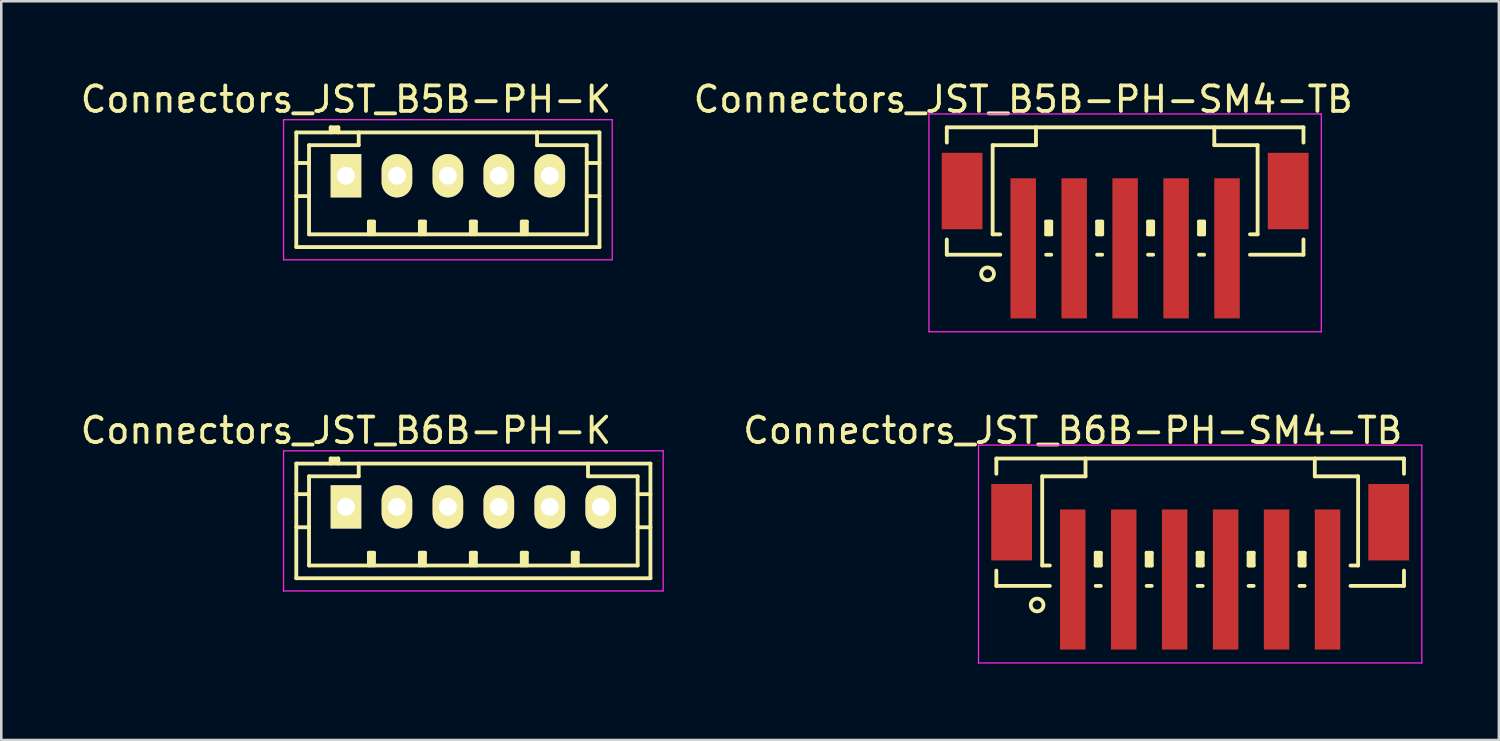
<source format=kicad_pcb>
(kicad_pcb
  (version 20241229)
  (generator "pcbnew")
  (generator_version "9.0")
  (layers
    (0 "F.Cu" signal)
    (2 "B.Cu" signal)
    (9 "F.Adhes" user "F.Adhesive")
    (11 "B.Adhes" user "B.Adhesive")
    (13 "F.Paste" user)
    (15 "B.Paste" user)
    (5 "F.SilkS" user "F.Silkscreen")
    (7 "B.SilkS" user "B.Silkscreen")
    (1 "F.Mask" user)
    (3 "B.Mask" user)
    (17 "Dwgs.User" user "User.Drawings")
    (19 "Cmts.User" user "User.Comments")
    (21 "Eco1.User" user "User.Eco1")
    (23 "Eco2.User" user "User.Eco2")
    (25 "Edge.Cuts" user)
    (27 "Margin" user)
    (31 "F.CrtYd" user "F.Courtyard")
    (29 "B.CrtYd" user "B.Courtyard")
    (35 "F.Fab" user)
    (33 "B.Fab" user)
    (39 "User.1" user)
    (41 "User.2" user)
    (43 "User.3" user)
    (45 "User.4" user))
  (footprint "Connectors_JST_B5B-PH-SM4-TB"
    (layer "F.Cu")
    (at 41.113 5.573)
    (property "Reference" "Connectors_JST_B5B-PH-SM4-TB" (at -4 -4.725 0) (layer "F.SilkS") (effects (font (size 1 1) (thickness 0.15))))
    (attr smd)
    (fp_line (start -7 -3.625) (end 7 -3.625) (stroke (width 0.15) (type solid)) (layer "F.SilkS"))
    (fp_line (start -7 -3.025) (end -7 -3.625) (stroke (width 0.15) (type solid)) (layer "F.SilkS"))
    (fp_line (start -7 0.775) (end -7 1.375) (stroke (width 0.15) (type solid)) (layer "F.SilkS"))
    (fp_line (start -7 1.375) (end -4.9 1.375) (stroke (width 0.15) (type solid)) (layer "F.SilkS"))
    (fp_line (start -5.2 -2.925) (end -5.2 0.575) (stroke (width 0.15) (type solid)) (layer "F.SilkS"))
    (fp_line (start -5.2 0.575) (end -4.9 0.575) (stroke (width 0.15) (type solid)) (layer "F.SilkS"))
    (fp_line (start -3.5 -3.625) (end -3.5 -2.925) (stroke (width 0.15) (type solid)) (layer "F.SilkS"))
    (fp_line (start -3.5 -2.925) (end -5.2 -2.925) (stroke (width 0.15) (type solid)) (layer "F.SilkS"))
    (fp_line (start -3.1 0.075) (end -2.9 0.075) (stroke (width 0.15) (type solid)) (layer "F.SilkS"))
    (fp_line (start -3.1 0.575) (end -3.1 0.075) (stroke (width 0.15) (type solid)) (layer "F.SilkS"))
    (fp_line (start -3.1 0.575) (end -2.9 0.575) (stroke (width 0.15) (type solid)) (layer "F.SilkS"))
    (fp_line (start -3.1 1.375) (end -2.9 1.375) (stroke (width 0.15) (type solid)) (layer "F.SilkS"))
    (fp_line (start -3 0.575) (end -3 0.075) (stroke (width 0.15) (type solid)) (layer "F.SilkS"))
    (fp_line (start -2.9 0.075) (end -2.9 0.575) (stroke (width 0.15) (type solid)) (layer "F.SilkS"))
    (fp_line (start -1.1 0.075) (end -0.9 0.075) (stroke (width 0.15) (type solid)) (layer "F.SilkS"))
    (fp_line (start -1.1 0.575) (end -1.1 0.075) (stroke (width 0.15) (type solid)) (layer "F.SilkS"))
    (fp_line (start -1.1 0.575) (end -0.9 0.575) (stroke (width 0.15) (type solid)) (layer "F.SilkS"))
    (fp_line (start -1.1 1.375) (end -0.9 1.375) (stroke (width 0.15) (type solid)) (layer "F.SilkS"))
    (fp_line (start -1 0.575) (end -1 0.075) (stroke (width 0.15) (type solid)) (layer "F.SilkS"))
    (fp_line (start -0.9 0.075) (end -0.9 0.575) (stroke (width 0.15) (type solid)) (layer "F.SilkS"))
    (fp_line (start 0.9 0.075) (end 1.1 0.075) (stroke (width 0.15) (type solid)) (layer "F.SilkS"))
    (fp_line (start 0.9 0.575) (end 0.9 0.075) (stroke (width 0.15) (type solid)) (layer "F.SilkS"))
    (fp_line (start 0.9 0.575) (end 1.1 0.575) (stroke (width 0.15) (type solid)) (layer "F.SilkS"))
    (fp_line (start 0.9 1.375) (end 1.1 1.375) (stroke (width 0.15) (type solid)) (layer "F.SilkS"))
    (fp_line (start 1 0.575) (end 1 0.075) (stroke (width 0.15) (type solid)) (layer "F.SilkS"))
    (fp_line (start 1.1 0.075) (end 1.1 0.575) (stroke (width 0.15) (type solid)) (layer "F.SilkS"))
    (fp_line (start 2.9 0.075) (end 3.1 0.075) (stroke (width 0.15) (type solid)) (layer "F.SilkS"))
    (fp_line (start 2.9 0.575) (end 2.9 0.075) (stroke (width 0.15) (type solid)) (layer "F.SilkS"))
    (fp_line (start 2.9 0.575) (end 3.1 0.575) (stroke (width 0.15) (type solid)) (layer "F.SilkS"))
    (fp_line (start 2.9 1.375) (end 3.1 1.375) (stroke (width 0.15) (type solid)) (layer "F.SilkS"))
    (fp_line (start 3 0.575) (end 3 0.075) (stroke (width 0.15) (type solid)) (layer "F.SilkS"))
    (fp_line (start 3.1 0.075) (end 3.1 0.575) (stroke (width 0.15) (type solid)) (layer "F.SilkS"))
    (fp_line (start 3.5 -3.625) (end 3.5 -2.925) (stroke (width 0.15) (type solid)) (layer "F.SilkS"))
    (fp_line (start 3.5 -2.925) (end 5.2 -2.925) (stroke (width 0.15) (type solid)) (layer "F.SilkS"))
    (fp_line (start 5.2 -2.925) (end 5.2 0.575) (stroke (width 0.15) (type solid)) (layer "F.SilkS"))
    (fp_line (start 5.2 0.575) (end 4.9 0.575) (stroke (width 0.15) (type solid)) (layer "F.SilkS"))
    (fp_line (start 7 -3.625) (end 7 -3.025) (stroke (width 0.15) (type solid)) (layer "F.SilkS"))
    (fp_line (start 7 0.775) (end 7 1.375) (stroke (width 0.15) (type solid)) (layer "F.SilkS"))
    (fp_line (start 7 1.375) (end 4.9 1.375) (stroke (width 0.15) (type solid)) (layer "F.SilkS"))
    (fp_circle (center -5.4 2.125) (end -5.15 2.125) (stroke (width 0.15) (type solid)) (fill no) (layer "F.SilkS"))
    (fp_line (start -7.7 -4.15) (end 7.7 -4.15) (stroke (width 0.05) (type solid)) (layer "F.CrtYd"))
    (fp_line (start -7.7 4.4) (end -7.7 -4.15) (stroke (width 0.05) (type solid)) (layer "F.CrtYd"))
    (fp_line (start 7.7 -4.15) (end 7.7 4.4) (stroke (width 0.05) (type solid)) (layer "F.CrtYd"))
    (fp_line (start 7.7 4.4) (end -7.7 4.4) (stroke (width 0.05) (type solid)) (layer "F.CrtYd"))
    (pad "" smd rect (at -6.4 -1.125) (size 1.6 3) (layers "F.Cu" "F.Mask" "F.Paste"))
    (pad "" smd rect (at 6.4 -1.125) (size 1.6 3) (layers "F.Cu" "F.Mask" "F.Paste"))
    (pad "1" smd rect (at -4 1.125) (size 1 5.5) (layers "F.Cu" "F.Mask" "F.Paste"))
    (pad "2" smd rect (at -2 1.125) (size 1 5.5) (layers "F.Cu" "F.Mask" "F.Paste"))
    (pad "3" smd rect (at 0 1.125) (size 1 5.5) (layers "F.Cu" "F.Mask" "F.Paste"))
    (pad "4" smd rect (at 2 1.125) (size 1 5.5) (layers "F.Cu" "F.Mask" "F.Paste"))
    (pad "5" smd rect (at 4 1.125) (size 1 5.5) (layers "F.Cu" "F.Mask" "F.Paste")))
  (footprint "Connectors_JST_B6B-PH-K"
    (layer "F.Cu")
    (at 10.53 16.846)
    (property "Reference" "Connectors_JST_B6B-PH-K" (at 0 -3 0) (layer "F.SilkS") (effects (font (size 1 1) (thickness 0.15))))
    (attr through_hole)
    (fp_line (start -1.95 -1.7) (end 11.95 -1.7) (stroke (width 0.15) (type solid)) (layer "F.SilkS"))
    (fp_line (start -1.95 -0.5) (end -1.45 -0.5) (stroke (width 0.15) (type solid)) (layer "F.SilkS"))
    (fp_line (start -1.95 0.8) (end -1.45 0.8) (stroke (width 0.15) (type solid)) (layer "F.SilkS"))
    (fp_line (start -1.95 2.8) (end -1.95 -1.7) (stroke (width 0.15) (type solid)) (layer "F.SilkS"))
    (fp_line (start -1.45 -1.2) (end -1.45 2.3) (stroke (width 0.15) (type solid)) (layer "F.SilkS"))
    (fp_line (start -1.45 2.3) (end 11.45 2.3) (stroke (width 0.15) (type solid)) (layer "F.SilkS"))
    (fp_line (start -0.6 -1.9) (end -0.6 -1.7) (stroke (width 0.15) (type solid)) (layer "F.SilkS"))
    (fp_line (start -0.3 -1.9) (end -0.6 -1.9) (stroke (width 0.15) (type solid)) (layer "F.SilkS"))
    (fp_line (start -0.3 -1.8) (end -0.6 -1.8) (stroke (width 0.15) (type solid)) (layer "F.SilkS"))
    (fp_line (start -0.3 -1.7) (end -0.3 -1.9) (stroke (width 0.15) (type solid)) (layer "F.SilkS"))
    (fp_line (start 0.5 -1.7) (end 0.5 -1.2) (stroke (width 0.15) (type solid)) (layer "F.SilkS"))
    (fp_line (start 0.5 -1.2) (end -1.45 -1.2) (stroke (width 0.15) (type solid)) (layer "F.SilkS"))
    (fp_line (start 0.9 1.8) (end 1.1 1.8) (stroke (width 0.15) (type solid)) (layer "F.SilkS"))
    (fp_line (start 0.9 2.3) (end 0.9 1.8) (stroke (width 0.15) (type solid)) (layer "F.SilkS"))
    (fp_line (start 1 2.3) (end 1 1.8) (stroke (width 0.15) (type solid)) (layer "F.SilkS"))
    (fp_line (start 1.1 1.8) (end 1.1 2.3) (stroke (width 0.15) (type solid)) (layer "F.SilkS"))
    (fp_line (start 2.9 1.8) (end 3.1 1.8) (stroke (width 0.15) (type solid)) (layer "F.SilkS"))
    (fp_line (start 2.9 2.3) (end 2.9 1.8) (stroke (width 0.15) (type solid)) (layer "F.SilkS"))
    (fp_line (start 3 2.3) (end 3 1.8) (stroke (width 0.15) (type solid)) (layer "F.SilkS"))
    (fp_line (start 3.1 1.8) (end 3.1 2.3) (stroke (width 0.15) (type solid)) (layer "F.SilkS"))
    (fp_line (start 4.9 1.8) (end 5.1 1.8) (stroke (width 0.15) (type solid)) (layer "F.SilkS"))
    (fp_line (start 4.9 2.3) (end 4.9 1.8) (stroke (width 0.15) (type solid)) (layer "F.SilkS"))
    (fp_line (start 5 2.3) (end 5 1.8) (stroke (width 0.15) (type solid)) (layer "F.SilkS"))
    (fp_line (start 5.1 1.8) (end 5.1 2.3) (stroke (width 0.15) (type solid)) (layer "F.SilkS"))
    (fp_line (start 6.9 1.8) (end 7.1 1.8) (stroke (width 0.15) (type solid)) (layer "F.SilkS"))
    (fp_line (start 6.9 2.3) (end 6.9 1.8) (stroke (width 0.15) (type solid)) (layer "F.SilkS"))
    (fp_line (start 7 2.3) (end 7 1.8) (stroke (width 0.15) (type solid)) (layer "F.SilkS"))
    (fp_line (start 7.1 1.8) (end 7.1 2.3) (stroke (width 0.15) (type solid)) (layer "F.SilkS"))
    (fp_line (start 8.9 1.8) (end 9.1 1.8) (stroke (width 0.15) (type solid)) (layer "F.SilkS"))
    (fp_line (start 8.9 2.3) (end 8.9 1.8) (stroke (width 0.15) (type solid)) (layer "F.SilkS"))
    (fp_line (start 9 2.3) (end 9 1.8) (stroke (width 0.15) (type solid)) (layer "F.SilkS"))
    (fp_line (start 9.1 1.8) (end 9.1 2.3) (stroke (width 0.15) (type solid)) (layer "F.SilkS"))
    (fp_line (start 9.5 -1.2) (end 9.5 -1.7) (stroke (width 0.15) (type solid)) (layer "F.SilkS"))
    (fp_line (start 11.45 -1.2) (end 9.5 -1.2) (stroke (width 0.15) (type solid)) (layer "F.SilkS"))
    (fp_line (start 11.45 -0.5) (end 11.95 -0.5) (stroke (width 0.15) (type solid)) (layer "F.SilkS"))
    (fp_line (start 11.45 0.8) (end 11.95 0.8) (stroke (width 0.15) (type solid)) (layer "F.SilkS"))
    (fp_line (start 11.45 2.3) (end 11.45 -1.2) (stroke (width 0.15) (type solid)) (layer "F.SilkS"))
    (fp_line (start 11.95 -1.7) (end 11.95 2.8) (stroke (width 0.15) (type solid)) (layer "F.SilkS"))
    (fp_line (start 11.95 2.8) (end -1.95 2.8) (stroke (width 0.15) (type solid)) (layer "F.SilkS"))
    (fp_line (start -2.45 -2.2) (end 12.45 -2.2) (stroke (width 0.05) (type solid)) (layer "F.CrtYd"))
    (fp_line (start -2.45 3.3) (end -2.45 -2.2) (stroke (width 0.05) (type solid)) (layer "F.CrtYd"))
    (fp_line (start 12.45 -2.2) (end 12.45 3.3) (stroke (width 0.05) (type solid)) (layer "F.CrtYd"))
    (fp_line (start 12.45 3.3) (end -2.45 3.3) (stroke (width 0.05) (type solid)) (layer "F.CrtYd"))
    (pad "1" thru_hole rect (at 0 0) (size 1.2 1.7) (drill 0.7) (layers "*.Cu" "*.Mask" "F.SilkS"))
    (pad "2" thru_hole oval (at 2 0) (size 1.2 1.7) (drill 0.7) (layers "*.Cu" "*.Mask" "F.SilkS"))
    (pad "3" thru_hole oval (at 4 0) (size 1.2 1.7) (drill 0.7) (layers "*.Cu" "*.Mask" "F.SilkS"))
    (pad "4" thru_hole oval (at 6 0) (size 1.2 1.7) (drill 0.7) (layers "*.Cu" "*.Mask" "F.SilkS"))
    (pad "5" thru_hole oval (at 8 0) (size 1.2 1.7) (drill 0.7) (layers "*.Cu" "*.Mask" "F.SilkS"))
    (pad "6" thru_hole oval (at 10 0) (size 1.2 1.7) (drill 0.7) (layers "*.Cu" "*.Mask" "F.SilkS")))
  (footprint "Connectors_JST_B6B-PH-SM4-TB"
    (layer "F.Cu")
    (at 44.058 18.572)
    (property "Reference" "Connectors_JST_B6B-PH-SM4-TB" (at -5 -4.725 0) (layer "F.SilkS") (effects (font (size 1 1) (thickness 0.15))))
    (attr smd)
    (fp_line (start -8 -3.625) (end 8 -3.625) (stroke (width 0.15) (type solid)) (layer "F.SilkS"))
    (fp_line (start -8 -3.025) (end -8 -3.625) (stroke (width 0.15) (type solid)) (layer "F.SilkS"))
    (fp_line (start -8 0.775) (end -8 1.375) (stroke (width 0.15) (type solid)) (layer "F.SilkS"))
    (fp_line (start -8 1.375) (end -5.9 1.375) (stroke (width 0.15) (type solid)) (layer "F.SilkS"))
    (fp_line (start -6.2 -2.925) (end -6.2 0.575) (stroke (width 0.15) (type solid)) (layer "F.SilkS"))
    (fp_line (start -6.2 0.575) (end -5.9 0.575) (stroke (width 0.15) (type solid)) (layer "F.SilkS"))
    (fp_line (start -4.5 -3.625) (end -4.5 -2.925) (stroke (width 0.15) (type solid)) (layer "F.SilkS"))
    (fp_line (start -4.5 -2.925) (end -6.2 -2.925) (stroke (width 0.15) (type solid)) (layer "F.SilkS"))
    (fp_line (start -4.1 0.075) (end -3.9 0.075) (stroke (width 0.15) (type solid)) (layer "F.SilkS"))
    (fp_line (start -4.1 0.575) (end -4.1 0.075) (stroke (width 0.15) (type solid)) (layer "F.SilkS"))
    (fp_line (start -4.1 0.575) (end -3.9 0.575) (stroke (width 0.15) (type solid)) (layer "F.SilkS"))
    (fp_line (start -4.1 1.375) (end -3.9 1.375) (stroke (width 0.15) (type solid)) (layer "F.SilkS"))
    (fp_line (start -4 0.575) (end -4 0.075) (stroke (width 0.15) (type solid)) (layer "F.SilkS"))
    (fp_line (start -3.9 0.075) (end -3.9 0.575) (stroke (width 0.15) (type solid)) (layer "F.SilkS"))
    (fp_line (start -2.1 0.075) (end -1.9 0.075) (stroke (width 0.15) (type solid)) (layer "F.SilkS"))
    (fp_line (start -2.1 0.575) (end -2.1 0.075) (stroke (width 0.15) (type solid)) (layer "F.SilkS"))
    (fp_line (start -2.1 0.575) (end -1.9 0.575) (stroke (width 0.15) (type solid)) (layer "F.SilkS"))
    (fp_line (start -2.1 1.375) (end -1.9 1.375) (stroke (width 0.15) (type solid)) (layer "F.SilkS"))
    (fp_line (start -2 0.575) (end -2 0.075) (stroke (width 0.15) (type solid)) (layer "F.SilkS"))
    (fp_line (start -1.9 0.075) (end -1.9 0.575) (stroke (width 0.15) (type solid)) (layer "F.SilkS"))
    (fp_line (start -0.1 0.075) (end 0.1 0.075) (stroke (width 0.15) (type solid)) (layer "F.SilkS"))
    (fp_line (start -0.1 0.575) (end -0.1 0.075) (stroke (width 0.15) (type solid)) (layer "F.SilkS"))
    (fp_line (start -0.1 0.575) (end 0.1 0.575) (stroke (width 0.15) (type solid)) (layer "F.SilkS"))
    (fp_line (start -0.1 1.375) (end 0.1 1.375) (stroke (width 0.15) (type solid)) (layer "F.SilkS"))
    (fp_line (start 0 0.575) (end 0 0.075) (stroke (width 0.15) (type solid)) (layer "F.SilkS"))
    (fp_line (start 0.1 0.075) (end 0.1 0.575) (stroke (width 0.15) (type solid)) (layer "F.SilkS"))
    (fp_line (start 1.9 0.075) (end 2.1 0.075) (stroke (width 0.15) (type solid)) (layer "F.SilkS"))
    (fp_line (start 1.9 0.575) (end 1.9 0.075) (stroke (width 0.15) (type solid)) (layer "F.SilkS"))
    (fp_line (start 1.9 0.575) (end 2.1 0.575) (stroke (width 0.15) (type solid)) (layer "F.SilkS"))
    (fp_line (start 1.9 1.375) (end 2.1 1.375) (stroke (width 0.15) (type solid)) (layer "F.SilkS"))
    (fp_line (start 2 0.575) (end 2 0.075) (stroke (width 0.15) (type solid)) (layer "F.SilkS"))
    (fp_line (start 2.1 0.075) (end 2.1 0.575) (stroke (width 0.15) (type solid)) (layer "F.SilkS"))
    (fp_line (start 3.9 0.075) (end 4.1 0.075) (stroke (width 0.15) (type solid)) (layer "F.SilkS"))
    (fp_line (start 3.9 0.575) (end 3.9 0.075) (stroke (width 0.15) (type solid)) (layer "F.SilkS"))
    (fp_line (start 3.9 0.575) (end 4.1 0.575) (stroke (width 0.15) (type solid)) (layer "F.SilkS"))
    (fp_line (start 3.9 1.375) (end 4.1 1.375) (stroke (width 0.15) (type solid)) (layer "F.SilkS"))
    (fp_line (start 4 0.575) (end 4 0.075) (stroke (width 0.15) (type solid)) (layer "F.SilkS"))
    (fp_line (start 4.1 0.075) (end 4.1 0.575) (stroke (width 0.15) (type solid)) (layer "F.SilkS"))
    (fp_line (start 4.5 -3.625) (end 4.5 -2.925) (stroke (width 0.15) (type solid)) (layer "F.SilkS"))
    (fp_line (start 4.5 -2.925) (end 6.2 -2.925) (stroke (width 0.15) (type solid)) (layer "F.SilkS"))
    (fp_line (start 6.2 -2.925) (end 6.2 0.575) (stroke (width 0.15) (type solid)) (layer "F.SilkS"))
    (fp_line (start 6.2 0.575) (end 5.9 0.575) (stroke (width 0.15) (type solid)) (layer "F.SilkS"))
    (fp_line (start 8 -3.625) (end 8 -3.025) (stroke (width 0.15) (type solid)) (layer "F.SilkS"))
    (fp_line (start 8 0.775) (end 8 1.375) (stroke (width 0.15) (type solid)) (layer "F.SilkS"))
    (fp_line (start 8 1.375) (end 5.9 1.375) (stroke (width 0.15) (type solid)) (layer "F.SilkS"))
    (fp_circle (center -6.4 2.125) (end -6.15 2.125) (stroke (width 0.15) (type solid)) (fill no) (layer "F.SilkS"))
    (fp_line (start -8.7 -4.15) (end 8.7 -4.15) (stroke (width 0.05) (type solid)) (layer "F.CrtYd"))
    (fp_line (start -8.7 4.4) (end -8.7 -4.15) (stroke (width 0.05) (type solid)) (layer "F.CrtYd"))
    (fp_line (start 8.7 -4.15) (end 8.7 4.4) (stroke (width 0.05) (type solid)) (layer "F.CrtYd"))
    (fp_line (start 8.7 4.4) (end -8.7 4.4) (stroke (width 0.05) (type solid)) (layer "F.CrtYd"))
    (pad "" smd rect (at -7.4 -1.125) (size 1.6 3) (layers "F.Cu" "F.Mask" "F.Paste"))
    (pad "" smd rect (at 7.4 -1.125) (size 1.6 3) (layers "F.Cu" "F.Mask" "F.Paste"))
    (pad "1" smd rect (at -5 1.125) (size 1 5.5) (layers "F.Cu" "F.Mask" "F.Paste"))
    (pad "2" smd rect (at -3 1.125) (size 1 5.5) (layers "F.Cu" "F.Mask" "F.Paste"))
    (pad "3" smd rect (at -1 1.125) (size 1 5.5) (layers "F.Cu" "F.Mask" "F.Paste"))
    (pad "4" smd rect (at 1 1.125) (size 1 5.5) (layers "F.Cu" "F.Mask" "F.Paste"))
    (pad "5" smd rect (at 3 1.125) (size 1 5.5) (layers "F.Cu" "F.Mask" "F.Paste"))
    (pad "6" smd rect (at 5 1.125) (size 1 5.5) (layers "F.Cu" "F.Mask" "F.Paste")))
  (footprint "Connectors_JST_B5B-PH-K"
    (layer "F.Cu")
    (at 10.53 3.848)
    (property "Reference" "Connectors_JST_B5B-PH-K" (at 0 -3 0) (layer "F.SilkS") (effects (font (size 1 1) (thickness 0.15))))
    (attr through_hole)
    (fp_line (start -1.95 -1.7) (end 9.95 -1.7) (stroke (width 0.15) (type solid)) (layer "F.SilkS"))
    (fp_line (start -1.95 -0.5) (end -1.45 -0.5) (stroke (width 0.15) (type solid)) (layer "F.SilkS"))
    (fp_line (start -1.95 0.8) (end -1.45 0.8) (stroke (width 0.15) (type solid)) (layer "F.SilkS"))
    (fp_line (start -1.95 2.8) (end -1.95 -1.7) (stroke (width 0.15) (type solid)) (layer "F.SilkS"))
    (fp_line (start -1.45 -1.2) (end -1.45 2.3) (stroke (width 0.15) (type solid)) (layer "F.SilkS"))
    (fp_line (start -1.45 2.3) (end 9.45 2.3) (stroke (width 0.15) (type solid)) (layer "F.SilkS"))
    (fp_line (start -0.6 -1.9) (end -0.6 -1.7) (stroke (width 0.15) (type solid)) (layer "F.SilkS"))
    (fp_line (start -0.3 -1.9) (end -0.6 -1.9) (stroke (width 0.15) (type solid)) (layer "F.SilkS"))
    (fp_line (start -0.3 -1.8) (end -0.6 -1.8) (stroke (width 0.15) (type solid)) (layer "F.SilkS"))
    (fp_line (start -0.3 -1.7) (end -0.3 -1.9) (stroke (width 0.15) (type solid)) (layer "F.SilkS"))
    (fp_line (start 0.5 -1.7) (end 0.5 -1.2) (stroke (width 0.15) (type solid)) (layer "F.SilkS"))
    (fp_line (start 0.5 -1.2) (end -1.45 -1.2) (stroke (width 0.15) (type solid)) (layer "F.SilkS"))
    (fp_line (start 0.9 1.8) (end 1.1 1.8) (stroke (width 0.15) (type solid)) (layer "F.SilkS"))
    (fp_line (start 0.9 2.3) (end 0.9 1.8) (stroke (width 0.15) (type solid)) (layer "F.SilkS"))
    (fp_line (start 1 2.3) (end 1 1.8) (stroke (width 0.15) (type solid)) (layer "F.SilkS"))
    (fp_line (start 1.1 1.8) (end 1.1 2.3) (stroke (width 0.15) (type solid)) (layer "F.SilkS"))
    (fp_line (start 2.9 1.8) (end 3.1 1.8) (stroke (width 0.15) (type solid)) (layer "F.SilkS"))
    (fp_line (start 2.9 2.3) (end 2.9 1.8) (stroke (width 0.15) (type solid)) (layer "F.SilkS"))
    (fp_line (start 3 2.3) (end 3 1.8) (stroke (width 0.15) (type solid)) (layer "F.SilkS"))
    (fp_line (start 3.1 1.8) (end 3.1 2.3) (stroke (width 0.15) (type solid)) (layer "F.SilkS"))
    (fp_line (start 4.9 1.8) (end 5.1 1.8) (stroke (width 0.15) (type solid)) (layer "F.SilkS"))
    (fp_line (start 4.9 2.3) (end 4.9 1.8) (stroke (width 0.15) (type solid)) (layer "F.SilkS"))
    (fp_line (start 5 2.3) (end 5 1.8) (stroke (width 0.15) (type solid)) (layer "F.SilkS"))
    (fp_line (start 5.1 1.8) (end 5.1 2.3) (stroke (width 0.15) (type solid)) (layer "F.SilkS"))
    (fp_line (start 6.9 1.8) (end 7.1 1.8) (stroke (width 0.15) (type solid)) (layer "F.SilkS"))
    (fp_line (start 6.9 2.3) (end 6.9 1.8) (stroke (width 0.15) (type solid)) (layer "F.SilkS"))
    (fp_line (start 7 2.3) (end 7 1.8) (stroke (width 0.15) (type solid)) (layer "F.SilkS"))
    (fp_line (start 7.1 1.8) (end 7.1 2.3) (stroke (width 0.15) (type solid)) (layer "F.SilkS"))
    (fp_line (start 7.5 -1.2) (end 7.5 -1.7) (stroke (width 0.15) (type solid)) (layer "F.SilkS"))
    (fp_line (start 9.45 -1.2) (end 7.5 -1.2) (stroke (width 0.15) (type solid)) (layer "F.SilkS"))
    (fp_line (start 9.45 -0.5) (end 9.95 -0.5) (stroke (width 0.15) (type solid)) (layer "F.SilkS"))
    (fp_line (start 9.45 0.8) (end 9.95 0.8) (stroke (width 0.15) (type solid)) (layer "F.SilkS"))
    (fp_line (start 9.45 2.3) (end 9.45 -1.2) (stroke (width 0.15) (type solid)) (layer "F.SilkS"))
    (fp_line (start 9.95 -1.7) (end 9.95 2.8) (stroke (width 0.15) (type solid)) (layer "F.SilkS"))
    (fp_line (start 9.95 2.8) (end -1.95 2.8) (stroke (width 0.15) (type solid)) (layer "F.SilkS"))
    (fp_line (start -2.45 -2.2) (end 10.45 -2.2) (stroke (width 0.05) (type solid)) (layer "F.CrtYd"))
    (fp_line (start -2.45 3.3) (end -2.45 -2.2) (stroke (width 0.05) (type solid)) (layer "F.CrtYd"))
    (fp_line (start 10.45 -2.2) (end 10.45 3.3) (stroke (width 0.05) (type solid)) (layer "F.CrtYd"))
    (fp_line (start 10.45 3.3) (end -2.45 3.3) (stroke (width 0.05) (type solid)) (layer "F.CrtYd"))
    (pad "1" thru_hole rect (at 0 0) (size 1.2 1.7) (drill 0.7) (layers "*.Cu" "*.Mask" "F.SilkS"))
    (pad "2" thru_hole oval (at 2 0) (size 1.2 1.7) (drill 0.7) (layers "*.Cu" "*.Mask" "F.SilkS"))
    (pad "3" thru_hole oval (at 4 0) (size 1.2 1.7) (drill 0.7) (layers "*.Cu" "*.Mask" "F.SilkS"))
    (pad "4" thru_hole oval (at 6 0) (size 1.2 1.7) (drill 0.7) (layers "*.Cu" "*.Mask" "F.SilkS"))
    (pad "5" thru_hole oval (at 8 0) (size 1.2 1.7) (drill 0.7) (layers "*.Cu" "*.Mask" "F.SilkS")))
  (gr_rect
    (start -3 -3)
    (end 55.783 25.997)
    (stroke (width 0.1) (type default))
    (fill no)
    (layer "Edge.Cuts")))
</source>
